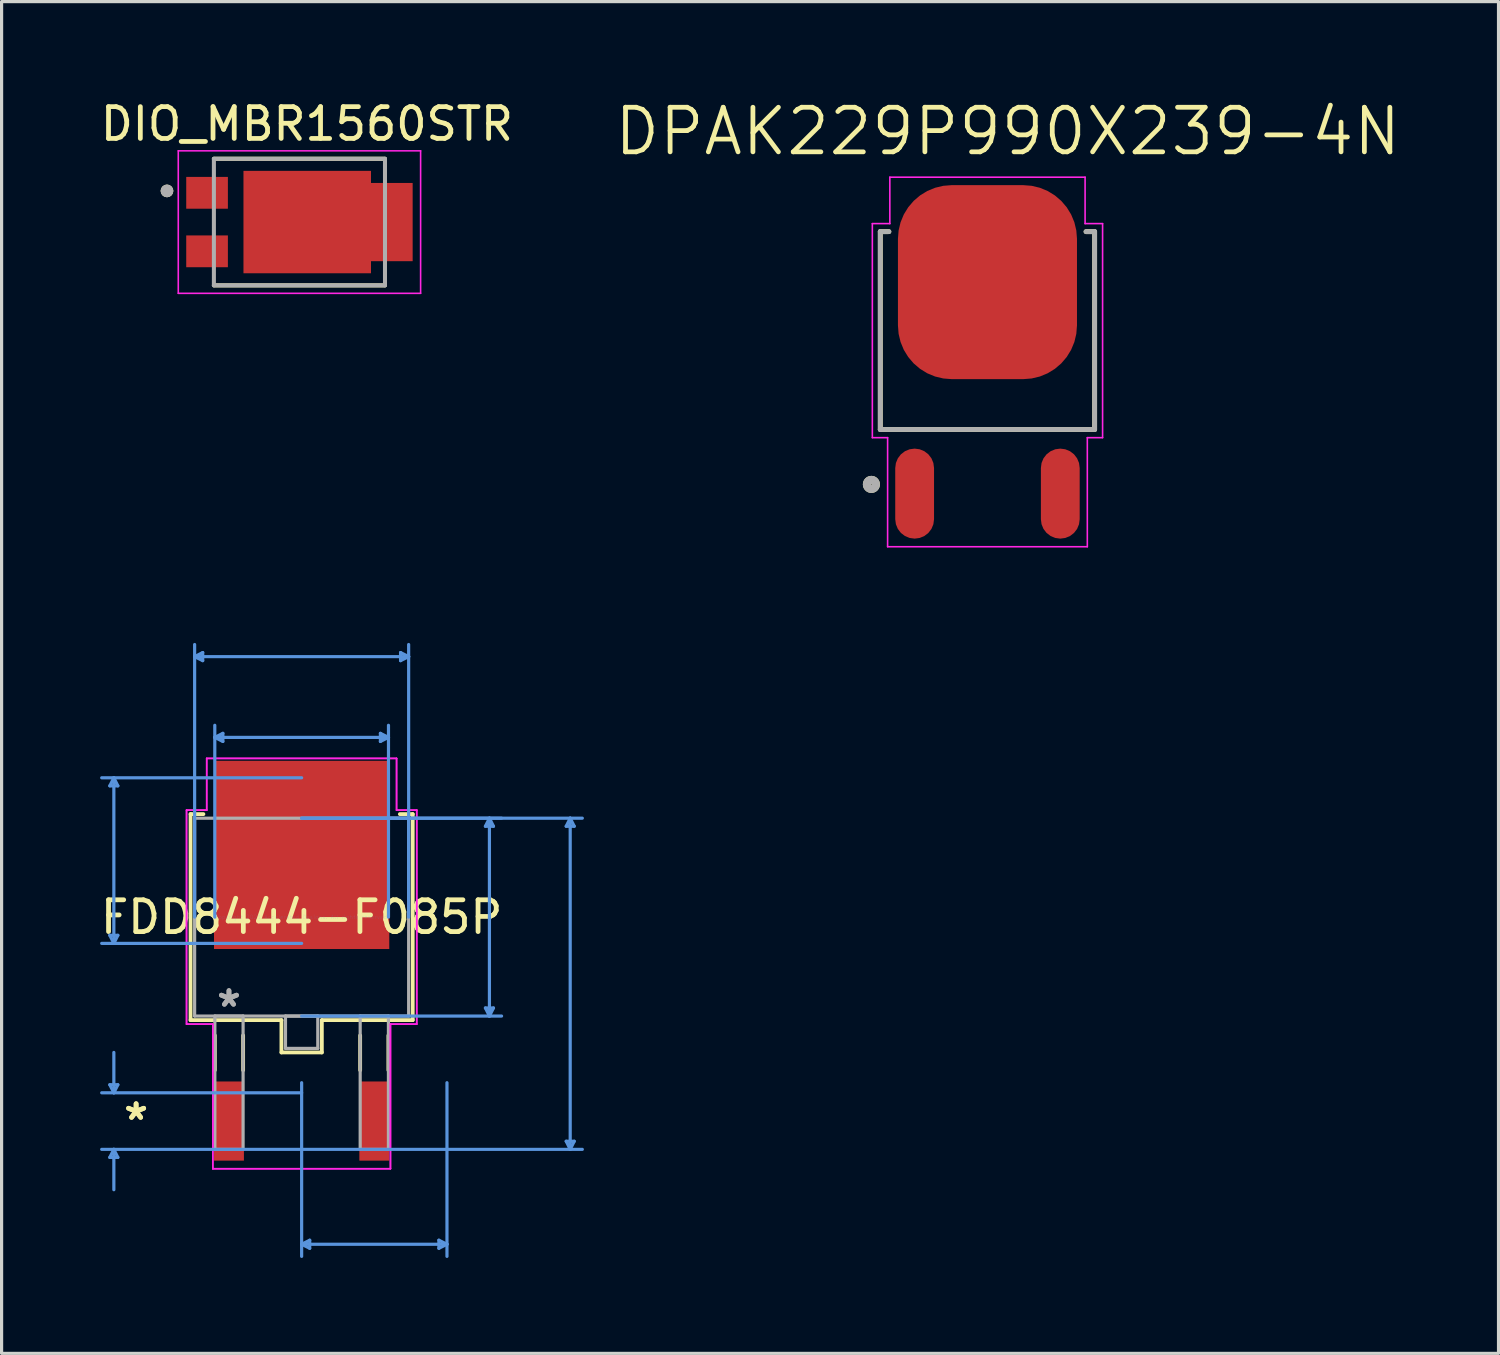
<source format=kicad_pcb>
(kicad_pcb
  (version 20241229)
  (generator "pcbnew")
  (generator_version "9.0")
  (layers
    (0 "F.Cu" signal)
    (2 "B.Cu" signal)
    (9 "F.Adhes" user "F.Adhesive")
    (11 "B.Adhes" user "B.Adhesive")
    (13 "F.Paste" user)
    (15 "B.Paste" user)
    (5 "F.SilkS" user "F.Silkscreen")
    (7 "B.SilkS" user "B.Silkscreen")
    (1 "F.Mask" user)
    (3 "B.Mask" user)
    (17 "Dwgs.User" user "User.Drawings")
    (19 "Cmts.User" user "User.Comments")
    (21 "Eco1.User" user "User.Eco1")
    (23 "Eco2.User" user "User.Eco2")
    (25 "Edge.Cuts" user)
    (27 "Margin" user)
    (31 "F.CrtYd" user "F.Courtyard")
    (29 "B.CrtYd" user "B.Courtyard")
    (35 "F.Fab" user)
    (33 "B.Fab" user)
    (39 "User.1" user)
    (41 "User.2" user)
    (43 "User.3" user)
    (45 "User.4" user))
  (footprint "DPAK229P990X239-4N"
    (layer "F.Cu")
    (at 28.001 8.332)
    (property "Reference" "DPAK229P990X239-4N" (at 0.636 -7.248 0) (layer "F.SilkS") (effects (font (size 1.402 1.402) (thickness 0.15))))
    (attr smd)
    (fp_line (start -3.37 -4.098) (end -3.37 2.123) (stroke (width 0.152) (type solid)) (layer "F.SilkS"))
    (fp_line (start -3.37 2.123) (end 3.37 2.123) (stroke (width 0.152) (type solid)) (layer "F.SilkS"))
    (fp_line (start -3.1 -4.098) (end -3.37 -4.098) (stroke (width 0.152) (type solid)) (layer "F.SilkS"))
    (fp_line (start 3.37 -4.098) (end 3.1 -4.098) (stroke (width 0.152) (type solid)) (layer "F.SilkS"))
    (fp_line (start 3.37 2.123) (end 3.37 -4.098) (stroke (width 0.152) (type solid)) (layer "F.SilkS"))
    (fp_circle (center -3.65 3.85) (end -3.509 3.85) (stroke (width 0.254) (type solid)) (fill no) (layer "F.SilkS"))
    (fp_poly (pts (xy -2.615 -5.195) (xy -1.15 -5.195) (xy -1.15 -3.893) (xy -2.615 -3.893)) (stroke (width 0.01) (type solid)) (fill yes) (layer "F.Paste"))
    (fp_poly (pts (xy -2.615 -1.135) (xy -1.15 -1.135) (xy -1.15 0.175) (xy -2.615 0.175)) (stroke (width 0.01) (type solid)) (fill yes) (layer "F.Paste"))
    (fp_poly (pts (xy -2.611 -3.165) (xy -1.15 -3.165) (xy -1.15 -1.856) (xy -2.611 -1.856)) (stroke (width 0.01) (type solid)) (fill yes) (layer "F.Paste"))
    (fp_poly (pts (xy -0.731 -3.165) (xy 0.73 -3.165) (xy 0.73 -1.858) (xy -0.731 -1.858)) (stroke (width 0.01) (type solid)) (fill yes) (layer "F.Paste"))
    (fp_poly (pts (xy -0.731 -5.195) (xy 0.73 -5.195) (xy 0.73 -3.892) (xy -0.731 -3.892)) (stroke (width 0.01) (type solid)) (fill yes) (layer "F.Paste"))
    (fp_poly (pts (xy -0.731 -1.135) (xy 0.73 -1.135) (xy 0.73 0.175) (xy -0.731 0.175)) (stroke (width 0.01) (type solid)) (fill yes) (layer "F.Paste"))
    (fp_poly (pts (xy -0.73 -5.195) (xy 0.73 -5.195) (xy 0.73 -3.887) (xy -0.73 -3.887)) (stroke (width 0.01) (type solid)) (fill yes) (layer "F.Paste"))
    (fp_poly (pts (xy 1.15 -3.165) (xy 2.61 -3.165) (xy 2.61 -1.855) (xy 1.15 -1.855)) (stroke (width 0.01) (type solid)) (fill yes) (layer "F.Paste"))
    (fp_poly (pts (xy 1.151 -5.195) (xy 2.61 -5.195) (xy 2.61 -3.887) (xy 1.151 -3.887)) (stroke (width 0.01) (type solid)) (fill yes) (layer "F.Paste"))
    (fp_poly (pts (xy 1.151 -1.135) (xy 2.61 -1.135) (xy 2.61 0.175) (xy 1.151 0.175)) (stroke (width 0.01) (type solid)) (fill yes) (layer "F.Paste"))
    (fp_line (start -3.62 -4.35) (end -3.07 -4.35) (stroke (width 0.05) (type solid)) (layer "F.CrtYd"))
    (fp_line (start -3.62 2.38) (end -3.62 -4.35) (stroke (width 0.05) (type solid)) (layer "F.CrtYd"))
    (fp_line (start -3.14 2.38) (end -3.62 2.38) (stroke (width 0.05) (type solid)) (layer "F.CrtYd"))
    (fp_line (start -3.14 5.81) (end -3.14 2.38) (stroke (width 0.05) (type solid)) (layer "F.CrtYd"))
    (fp_line (start -3.07 -5.81) (end 3.07 -5.81) (stroke (width 0.05) (type solid)) (layer "F.CrtYd"))
    (fp_line (start -3.07 -4.35) (end -3.07 -5.81) (stroke (width 0.05) (type solid)) (layer "F.CrtYd"))
    (fp_line (start 3.07 -5.81) (end 3.07 -4.35) (stroke (width 0.05) (type solid)) (layer "F.CrtYd"))
    (fp_line (start 3.07 -4.35) (end 3.62 -4.35) (stroke (width 0.05) (type solid)) (layer "F.CrtYd"))
    (fp_line (start 3.14 2.38) (end 3.14 5.81) (stroke (width 0.05) (type solid)) (layer "F.CrtYd"))
    (fp_line (start 3.14 5.81) (end -3.14 5.81) (stroke (width 0.05) (type solid)) (layer "F.CrtYd"))
    (fp_line (start 3.62 -4.35) (end 3.62 2.38) (stroke (width 0.05) (type solid)) (layer "F.CrtYd"))
    (fp_line (start 3.62 2.38) (end 3.14 2.38) (stroke (width 0.05) (type solid)) (layer "F.CrtYd"))
    (fp_line (start -3.37 -4.098) (end -3.37 2.123) (stroke (width 0.152) (type solid)) (layer "F.Fab"))
    (fp_line (start -3.37 2.123) (end 3.37 2.123) (stroke (width 0.152) (type solid)) (layer "F.Fab"))
    (fp_line (start -3.1 -4.098) (end -3.37 -4.098) (stroke (width 0.152) (type solid)) (layer "F.Fab"))
    (fp_line (start 3.37 -4.098) (end 3.1 -4.098) (stroke (width 0.152) (type solid)) (layer "F.Fab"))
    (fp_line (start 3.37 2.123) (end 3.37 -4.098) (stroke (width 0.152) (type solid)) (layer "F.Fab"))
    (fp_circle (center -3.65 3.85) (end -3.509 3.85) (stroke (width 0.254) (type solid)) (fill no) (layer "F.Fab"))
    (pad "1" smd roundrect (at -2.29 4.14) (size 1.22 2.83) (layers "F.Cu" "F.Mask" "F.Paste") (roundrect_rratio 0.5))
    (pad "3" smd roundrect (at 2.29 4.14) (size 1.22 2.83) (layers "F.Cu" "F.Mask" "F.Paste") (roundrect_rratio 0.5))
    (pad "4" smd roundrect (at 0 -2.51) (size 5.63 6.1) (layers "F.Cu" "F.Mask") (roundrect_rratio 0.3)))
  (footprint "DIO_MBR1560STR"
    (layer "F.Cu")
    (at 6.366 3.933)
    (property "Reference" "DIO_MBR1560STR" (at 0.235 -3.085 0) (layer "F.SilkS") (effects (font (size 1 1) (thickness 0.15))))
    (attr smd)
    (fp_line (start -2.69 -1.99) (end 2.69 -1.99) (stroke (width 0.127) (type solid)) (layer "F.SilkS"))
    (fp_line (start -2.69 1.99) (end 2.69 1.99) (stroke (width 0.127) (type solid)) (layer "F.SilkS"))
    (fp_circle (center -4.165 -0.98) (end -4.065 -0.98) (stroke (width 0.2) (type solid)) (fill no) (layer "F.SilkS"))
    (fp_poly (pts (xy -1.025 -1.02) (xy 1.515 -1.02) (xy 1.515 1.02) (xy -1.025 1.02)) (stroke (width 0.01) (type solid)) (fill yes) (layer "F.Paste"))
    (fp_line (start -3.81 -2.24) (end 3.81 -2.24) (stroke (width 0.05) (type solid)) (layer "F.CrtYd"))
    (fp_line (start -3.81 2.24) (end -3.81 -2.24) (stroke (width 0.05) (type solid)) (layer "F.CrtYd"))
    (fp_line (start 3.81 -2.24) (end 3.81 2.24) (stroke (width 0.05) (type solid)) (layer "F.CrtYd"))
    (fp_line (start 3.81 2.24) (end -3.81 2.24) (stroke (width 0.05) (type solid)) (layer "F.CrtYd"))
    (fp_line (start -2.69 -1.99) (end 2.69 -1.99) (stroke (width 0.127) (type solid)) (layer "F.Fab"))
    (fp_line (start -2.69 1.99) (end -2.69 -1.99) (stroke (width 0.127) (type solid)) (layer "F.Fab"))
    (fp_line (start 2.69 -1.99) (end 2.69 1.99) (stroke (width 0.127) (type solid)) (layer "F.Fab"))
    (fp_line (start 2.69 1.99) (end -2.69 1.99) (stroke (width 0.127) (type solid)) (layer "F.Fab"))
    (fp_circle (center -4.165 -0.98) (end -4.065 -0.98) (stroke (width 0.2) (type solid)) (fill no) (layer "F.Fab"))
    (pad "1" smd rect (at -2.905 -0.92) (size 1.31 1) (layers "F.Cu" "F.Mask" "F.Paste"))
    (pad "2" smd rect (at -2.905 0.92) (size 1.31 1) (layers "F.Cu" "F.Mask" "F.Paste"))
    (pad "3" smd rect (at 2.905 0) (size 1.31 2.46) (layers "F.Cu" "F.Mask" "F.Paste"))
    (pad "4" smd rect (at 0.245 0) (size 4.01 3.22) (layers "F.Cu" "F.Mask")))
  (footprint "FDD8444-F085P"
    (layer "F.Cu")
    (at 6.435 25.789)
    (property "Reference" "FDD8444-F085P" (at 0 0 0) (layer "F.SilkS") (effects (font (size 1 1) (thickness 0.15))))
    (attr through_hole)
    (fp_line (start -3.493 -3.239) (end -3.493 3.239) (stroke (width 0.12) (type solid)) (layer "F.SilkS"))
    (fp_line (start -3.493 3.239) (end -0.635 3.239) (stroke (width 0.12) (type solid)) (layer "F.SilkS"))
    (fp_line (start -3.089 -3.239) (end -3.493 -3.239) (stroke (width 0.12) (type solid)) (layer "F.SilkS"))
    (fp_line (start -2.729 3.721) (end -2.729 4.813) (stroke (width 0.12) (type solid)) (layer "F.SilkS"))
    (fp_line (start -1.84 3.721) (end -1.84 4.813) (stroke (width 0.12) (type solid)) (layer "F.SilkS"))
    (fp_line (start -0.635 3.239) (end -0.635 4.255) (stroke (width 0.12) (type solid)) (layer "F.SilkS"))
    (fp_line (start -0.635 4.255) (end 0.635 4.255) (stroke (width 0.12) (type solid)) (layer "F.SilkS"))
    (fp_line (start 0.635 3.239) (end 3.493 3.239) (stroke (width 0.12) (type solid)) (layer "F.SilkS"))
    (fp_line (start 0.635 4.255) (end 0.635 3.239) (stroke (width 0.12) (type solid)) (layer "F.SilkS"))
    (fp_line (start 1.84 3.721) (end 1.84 4.813) (stroke (width 0.12) (type solid)) (layer "F.SilkS"))
    (fp_line (start 2.729 3.721) (end 2.729 4.813) (stroke (width 0.12) (type solid)) (layer "F.SilkS"))
    (fp_line (start 3.493 -3.239) (end 3.089 -3.239) (stroke (width 0.12) (type solid)) (layer "F.SilkS"))
    (fp_line (start 3.493 3.239) (end 3.493 -3.239) (stroke (width 0.12) (type solid)) (layer "F.SilkS"))
    (fp_line (start -6.032 -4.128) (end -5.779 -4.128) (stroke (width 0.1) (type solid)) (layer "Cmts.User"))
    (fp_line (start -6.032 0.572) (end -5.779 0.572) (stroke (width 0.1) (type solid)) (layer "Cmts.User"))
    (fp_line (start -6.032 5.271) (end -5.779 5.271) (stroke (width 0.1) (type solid)) (layer "Cmts.User"))
    (fp_line (start -6.032 7.556) (end -5.779 7.556) (stroke (width 0.1) (type solid)) (layer "Cmts.User"))
    (fp_line (start -5.905 -4.381) (end -6.032 -4.128) (stroke (width 0.1) (type solid)) (layer "Cmts.User"))
    (fp_line (start -5.905 -4.381) (end -5.905 0.826) (stroke (width 0.1) (type solid)) (layer "Cmts.User"))
    (fp_line (start -5.905 -4.381) (end -5.779 -4.128) (stroke (width 0.1) (type solid)) (layer "Cmts.User"))
    (fp_line (start -5.905 0.826) (end -6.032 0.572) (stroke (width 0.1) (type solid)) (layer "Cmts.User"))
    (fp_line (start -5.905 0.826) (end -5.779 0.572) (stroke (width 0.1) (type solid)) (layer "Cmts.User"))
    (fp_line (start -5.905 5.524) (end -6.032 5.271) (stroke (width 0.1) (type solid)) (layer "Cmts.User"))
    (fp_line (start -5.905 5.524) (end -5.905 4.255) (stroke (width 0.1) (type solid)) (layer "Cmts.User"))
    (fp_line (start -5.905 5.524) (end -5.779 5.271) (stroke (width 0.1) (type solid)) (layer "Cmts.User"))
    (fp_line (start -5.905 7.303) (end -6.032 7.556) (stroke (width 0.1) (type solid)) (layer "Cmts.User"))
    (fp_line (start -5.905 7.303) (end -5.905 8.572) (stroke (width 0.1) (type solid)) (layer "Cmts.User"))
    (fp_line (start -5.905 7.303) (end -5.779 7.556) (stroke (width 0.1) (type solid)) (layer "Cmts.User"))
    (fp_line (start -3.365 -8.191) (end -3.111 -8.319) (stroke (width 0.1) (type solid)) (layer "Cmts.User"))
    (fp_line (start -3.365 -8.191) (end -3.111 -8.065) (stroke (width 0.1) (type solid)) (layer "Cmts.User"))
    (fp_line (start -3.365 -8.191) (end 3.365 -8.191) (stroke (width 0.1) (type solid)) (layer "Cmts.User"))
    (fp_line (start -3.365 0) (end -3.365 -8.572) (stroke (width 0.1) (type solid)) (layer "Cmts.User"))
    (fp_line (start -3.111 -8.319) (end -3.111 -8.065) (stroke (width 0.1) (type solid)) (layer "Cmts.User"))
    (fp_line (start -2.731 -5.652) (end -2.477 -5.779) (stroke (width 0.1) (type solid)) (layer "Cmts.User"))
    (fp_line (start -2.731 -5.652) (end -2.477 -5.524) (stroke (width 0.1) (type solid)) (layer "Cmts.User"))
    (fp_line (start -2.731 -5.652) (end 2.731 -5.652) (stroke (width 0.1) (type solid)) (layer "Cmts.User"))
    (fp_line (start -2.731 0) (end -2.731 -6.032) (stroke (width 0.1) (type solid)) (layer "Cmts.User"))
    (fp_line (start -2.477 -5.779) (end -2.477 -5.524) (stroke (width 0.1) (type solid)) (layer "Cmts.User"))
    (fp_line (start 0 -4.381) (end -6.287 -4.381) (stroke (width 0.1) (type solid)) (layer "Cmts.User"))
    (fp_line (start 0 -3.111) (end 6.287 -3.111) (stroke (width 0.1) (type solid)) (layer "Cmts.User"))
    (fp_line (start 0 -3.111) (end 8.826 -3.111) (stroke (width 0.1) (type solid)) (layer "Cmts.User"))
    (fp_line (start 0 0.826) (end -6.287 0.826) (stroke (width 0.1) (type solid)) (layer "Cmts.User"))
    (fp_line (start 0 3.111) (end 6.287 3.111) (stroke (width 0.1) (type solid)) (layer "Cmts.User"))
    (fp_line (start 0 5.207) (end 0 10.668) (stroke (width 0.1) (type solid)) (layer "Cmts.User"))
    (fp_line (start 0 5.524) (end -6.287 5.524) (stroke (width 0.1) (type solid)) (layer "Cmts.User"))
    (fp_line (start 0 7.303) (end -6.287 7.303) (stroke (width 0.1) (type solid)) (layer "Cmts.User"))
    (fp_line (start 0 7.303) (end 8.826 7.303) (stroke (width 0.1) (type solid)) (layer "Cmts.User"))
    (fp_line (start 0 10.287) (end 0.254 10.16) (stroke (width 0.1) (type solid)) (layer "Cmts.User"))
    (fp_line (start 0 10.287) (end 0.254 10.414) (stroke (width 0.1) (type solid)) (layer "Cmts.User"))
    (fp_line (start 0 10.287) (end 4.57 10.287) (stroke (width 0.1) (type solid)) (layer "Cmts.User"))
    (fp_line (start 0.254 10.16) (end 0.254 10.414) (stroke (width 0.1) (type solid)) (layer "Cmts.User"))
    (fp_line (start 2.477 -5.779) (end 2.477 -5.524) (stroke (width 0.1) (type solid)) (layer "Cmts.User"))
    (fp_line (start 2.731 -5.652) (end 2.477 -5.779) (stroke (width 0.1) (type solid)) (layer "Cmts.User"))
    (fp_line (start 2.731 -5.652) (end 2.477 -5.524) (stroke (width 0.1) (type solid)) (layer "Cmts.User"))
    (fp_line (start 2.731 0) (end 2.731 -6.032) (stroke (width 0.1) (type solid)) (layer "Cmts.User"))
    (fp_line (start 3.111 -8.319) (end 3.111 -8.065) (stroke (width 0.1) (type solid)) (layer "Cmts.User"))
    (fp_line (start 3.365 -8.191) (end 3.111 -8.319) (stroke (width 0.1) (type solid)) (layer "Cmts.User"))
    (fp_line (start 3.365 -8.191) (end 3.111 -8.065) (stroke (width 0.1) (type solid)) (layer "Cmts.User"))
    (fp_line (start 3.365 0) (end 3.365 -8.572) (stroke (width 0.1) (type solid)) (layer "Cmts.User"))
    (fp_line (start 4.316 10.16) (end 4.316 10.414) (stroke (width 0.1) (type solid)) (layer "Cmts.User"))
    (fp_line (start 4.57 5.207) (end 4.57 10.668) (stroke (width 0.1) (type solid)) (layer "Cmts.User"))
    (fp_line (start 4.57 10.287) (end 4.316 10.16) (stroke (width 0.1) (type solid)) (layer "Cmts.User"))
    (fp_line (start 4.57 10.287) (end 4.316 10.414) (stroke (width 0.1) (type solid)) (layer "Cmts.User"))
    (fp_line (start 5.779 -2.857) (end 6.032 -2.857) (stroke (width 0.1) (type solid)) (layer "Cmts.User"))
    (fp_line (start 5.779 2.857) (end 6.032 2.857) (stroke (width 0.1) (type solid)) (layer "Cmts.User"))
    (fp_line (start 5.905 -3.111) (end 5.779 -2.857) (stroke (width 0.1) (type solid)) (layer "Cmts.User"))
    (fp_line (start 5.905 -3.111) (end 5.905 3.111) (stroke (width 0.1) (type solid)) (layer "Cmts.User"))
    (fp_line (start 5.905 -3.111) (end 6.032 -2.857) (stroke (width 0.1) (type solid)) (layer "Cmts.User"))
    (fp_line (start 5.905 3.111) (end 5.779 2.857) (stroke (width 0.1) (type solid)) (layer "Cmts.User"))
    (fp_line (start 5.905 3.111) (end 6.032 2.857) (stroke (width 0.1) (type solid)) (layer "Cmts.User"))
    (fp_line (start 8.319 -2.857) (end 8.572 -2.857) (stroke (width 0.1) (type solid)) (layer "Cmts.User"))
    (fp_line (start 8.319 7.048) (end 8.572 7.048) (stroke (width 0.1) (type solid)) (layer "Cmts.User"))
    (fp_line (start 8.445 -3.111) (end 8.319 -2.857) (stroke (width 0.1) (type solid)) (layer "Cmts.User"))
    (fp_line (start 8.445 -3.111) (end 8.445 7.303) (stroke (width 0.1) (type solid)) (layer "Cmts.User"))
    (fp_line (start 8.445 -3.111) (end 8.572 -2.857) (stroke (width 0.1) (type solid)) (layer "Cmts.User"))
    (fp_line (start 8.445 7.303) (end 8.319 7.048) (stroke (width 0.1) (type solid)) (layer "Cmts.User"))
    (fp_line (start 8.445 7.303) (end 8.572 7.048) (stroke (width 0.1) (type solid)) (layer "Cmts.User"))
    (fp_line (start -3.619 -3.365) (end -2.985 -3.365) (stroke (width 0.05) (type solid)) (layer "F.CrtYd"))
    (fp_line (start -3.619 -3.365) (end -2.985 -3.365) (stroke (width 0.05) (type solid)) (layer "F.CrtYd"))
    (fp_line (start -3.619 3.365) (end -3.619 -3.365) (stroke (width 0.05) (type solid)) (layer "F.CrtYd"))
    (fp_line (start -3.619 3.365) (end -3.619 -3.365) (stroke (width 0.05) (type solid)) (layer "F.CrtYd"))
    (fp_line (start -2.985 -4.991) (end 2.985 -4.991) (stroke (width 0.05) (type solid)) (layer "F.CrtYd"))
    (fp_line (start -2.985 -4.991) (end 2.985 -4.991) (stroke (width 0.05) (type solid)) (layer "F.CrtYd"))
    (fp_line (start -2.985 -3.365) (end -2.985 -4.991) (stroke (width 0.05) (type solid)) (layer "F.CrtYd"))
    (fp_line (start -2.985 -3.365) (end -2.985 -4.991) (stroke (width 0.05) (type solid)) (layer "F.CrtYd"))
    (fp_line (start -2.793 3.365) (end -3.619 3.365) (stroke (width 0.05) (type solid)) (layer "F.CrtYd"))
    (fp_line (start -2.793 3.365) (end -3.619 3.365) (stroke (width 0.05) (type solid)) (layer "F.CrtYd"))
    (fp_line (start -2.793 7.912) (end -2.793 3.365) (stroke (width 0.05) (type solid)) (layer "F.CrtYd"))
    (fp_line (start -2.793 7.912) (end -2.793 3.365) (stroke (width 0.05) (type solid)) (layer "F.CrtYd"))
    (fp_line (start 2.793 3.365) (end 2.793 7.912) (stroke (width 0.05) (type solid)) (layer "F.CrtYd"))
    (fp_line (start 2.793 3.365) (end 2.793 7.912) (stroke (width 0.05) (type solid)) (layer "F.CrtYd"))
    (fp_line (start 2.793 7.912) (end -2.793 7.912) (stroke (width 0.05) (type solid)) (layer "F.CrtYd"))
    (fp_line (start 2.793 7.912) (end -2.793 7.912) (stroke (width 0.05) (type solid)) (layer "F.CrtYd"))
    (fp_line (start 2.985 -4.991) (end 2.985 -3.365) (stroke (width 0.05) (type solid)) (layer "F.CrtYd"))
    (fp_line (start 2.985 -4.991) (end 2.985 -3.365) (stroke (width 0.05) (type solid)) (layer "F.CrtYd"))
    (fp_line (start 2.985 -3.365) (end 3.619 -3.365) (stroke (width 0.05) (type solid)) (layer "F.CrtYd"))
    (fp_line (start 2.985 -3.365) (end 3.619 -3.365) (stroke (width 0.05) (type solid)) (layer "F.CrtYd"))
    (fp_line (start 3.619 -3.365) (end 3.619 3.365) (stroke (width 0.05) (type solid)) (layer "F.CrtYd"))
    (fp_line (start 3.619 -3.365) (end 3.619 3.365) (stroke (width 0.05) (type solid)) (layer "F.CrtYd"))
    (fp_line (start 3.619 3.365) (end 2.793 3.365) (stroke (width 0.05) (type solid)) (layer "F.CrtYd"))
    (fp_line (start 3.619 3.365) (end 2.793 3.365) (stroke (width 0.05) (type solid)) (layer "F.CrtYd"))
    (fp_line (start -3.365 -3.111) (end -3.365 3.111) (stroke (width 0.1) (type solid)) (layer "F.Fab"))
    (fp_line (start -3.365 3.111) (end 3.365 3.111) (stroke (width 0.1) (type solid)) (layer "F.Fab"))
    (fp_line (start -2.729 3.111) (end -2.729 7.303) (stroke (width 0.1) (type solid)) (layer "F.Fab"))
    (fp_line (start -2.729 7.303) (end -1.841 7.303) (stroke (width 0.1) (type solid)) (layer "F.Fab"))
    (fp_line (start -1.841 3.111) (end -2.729 3.111) (stroke (width 0.1) (type solid)) (layer "F.Fab"))
    (fp_line (start -1.841 7.303) (end -1.841 3.111) (stroke (width 0.1) (type solid)) (layer "F.Fab"))
    (fp_line (start -0.508 3.111) (end -0.508 4.128) (stroke (width 0.1) (type solid)) (layer "F.Fab"))
    (fp_line (start -0.508 4.128) (end 0.508 4.128) (stroke (width 0.1) (type solid)) (layer "F.Fab"))
    (fp_line (start 0.508 3.111) (end -0.508 3.111) (stroke (width 0.1) (type solid)) (layer "F.Fab"))
    (fp_line (start 0.508 4.128) (end 0.508 3.111) (stroke (width 0.1) (type solid)) (layer "F.Fab"))
    (fp_line (start 1.841 3.111) (end 1.841 7.303) (stroke (width 0.1) (type solid)) (layer "F.Fab"))
    (fp_line (start 1.841 7.303) (end 2.729 7.303) (stroke (width 0.1) (type solid)) (layer "F.Fab"))
    (fp_line (start 2.729 3.111) (end 1.841 3.111) (stroke (width 0.1) (type solid)) (layer "F.Fab"))
    (fp_line (start 2.729 7.303) (end 2.729 3.111) (stroke (width 0.1) (type solid)) (layer "F.Fab"))
    (fp_line (start 3.365 -3.111) (end -3.365 -3.111) (stroke (width 0.1) (type solid)) (layer "F.Fab"))
    (fp_line (start 3.365 3.111) (end 3.365 -3.111) (stroke (width 0.1) (type solid)) (layer "F.Fab"))
    (fp_text user "*" (at -5.205 6.413 0) (layer "F.SilkS") (effects (font (size 1 1) (thickness 0.15))))
    (fp_text user "*" (at -5.205 6.413 0) (layer "F.SilkS") (effects (font (size 1 1) (thickness 0.15))))
    (fp_text user "Copyright 2021 Accelerated Designs. All rights reserved." (at 0 0 0) (layer "Cmts.User") (effects (font (size 0.127 0.127) (thickness 0.002))))
    (fp_text user "*" (at -2.285 2.857 0) (layer "F.Fab") (effects (font (size 1 1) (thickness 0.15))))
    (fp_text user "*" (at -2.285 2.857 0) (layer "F.Fab") (effects (font (size 1 1) (thickness 0.15))))
    (pad "1" smd rect (at -2.285 6.413) (size 0.94 2.489) (layers "F.Cu" "F.Mask" "F.Paste"))
    (pad "2" smd rect (at 0 -1.956) (size 5.512 5.918) (layers "F.Cu" "F.Mask" "F.Paste"))
    (pad "3" smd rect (at 2.285 6.413) (size 0.94 2.489) (layers "F.Cu" "F.Mask" "F.Paste")))
  (gr_rect
    (start -3 -3)
    (end 44.071 39.507)
    (stroke (width 0.1) (type default))
    (fill no)
    (layer "Edge.Cuts")))
</source>
